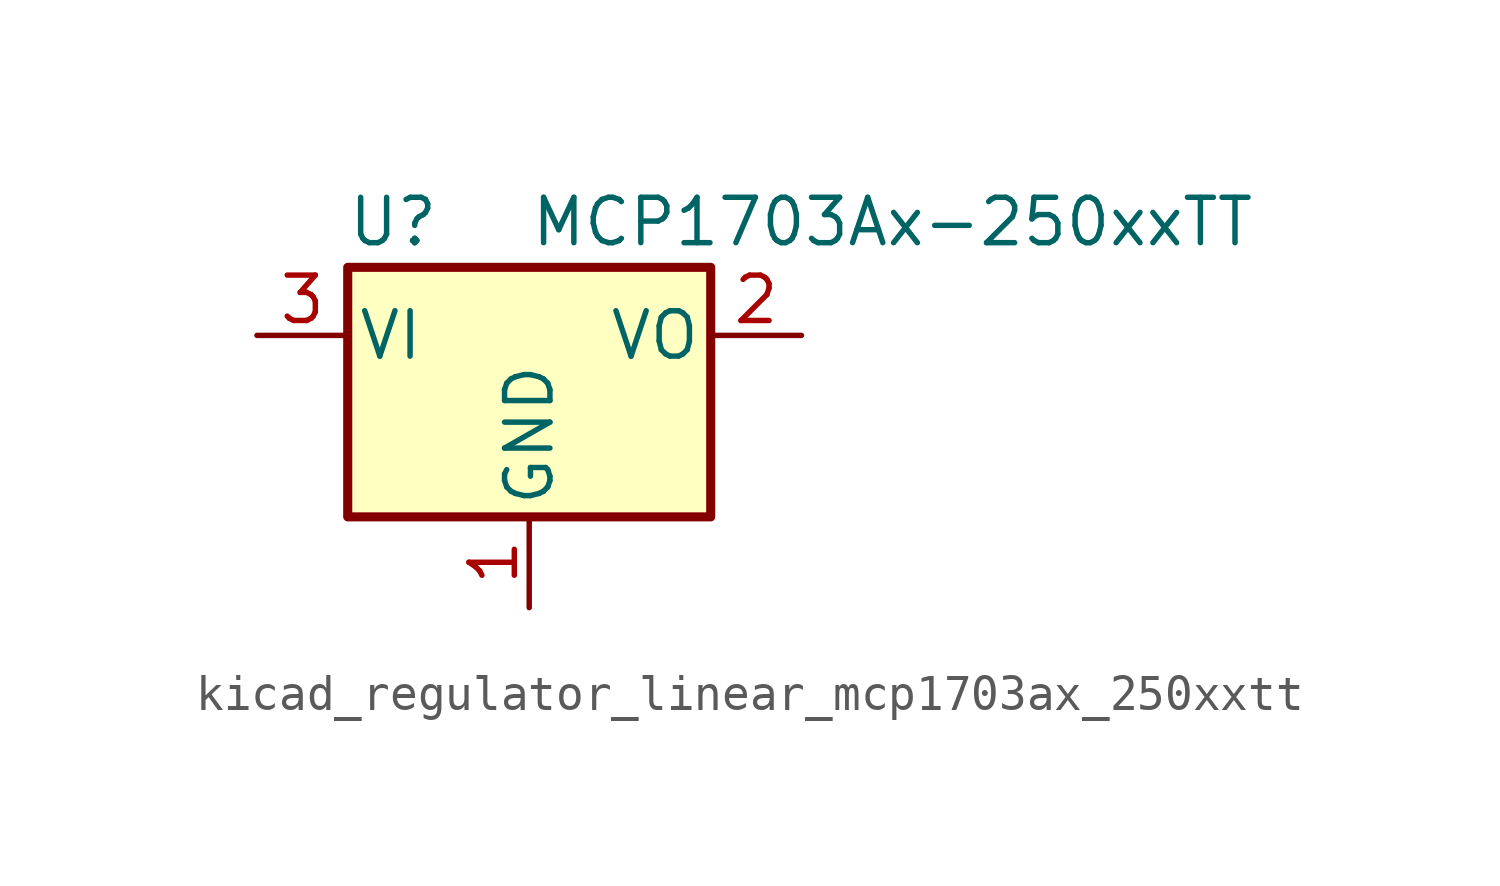
<source format=kicad_sym>
(kicad_symbol_lib
  (version 20220914)
  (generator kicad_symbol_editor)
  (symbol "kicad_regulator_linear_mcp1703ax_250xxtt"
    (pin_names
      (offset 0.254))
    (property "Reference" "U"
      (at -3.81 3.175 0)
      (effects (font (size 1.27 1.27))))
    (property "Value" "MCP1703Ax-250xxTT"
      (at 0 3.175 0)
      (effects (font (size 1.27 1.27)) (justify left)))
    (symbol "kicad_regulator_linear_mcp1703ax_250xxtt_0_1"
      (rectangle (start -5.08 -5.08) (end 5.08 1.905) (stroke (width 0.254) (type default)) (fill (type background))))
    (symbol "kicad_regulator_linear_mcp1703ax_250xxtt_1_1"
      (pin power_in line (at 0 -7.62 90) (length 2.54) (name "GND" (effects (font (size 1.27 1.27)))) (number "1" (effects (font (size 1.27 1.27)))))
      (pin power_out line (at 7.62 0 180) (length 2.54) (name "VO" (effects (font (size 1.27 1.27)))) (number "2" (effects (font (size 1.27 1.27)))))
      (pin power_in line (at -7.62 0 0) (length 2.54) (name "VI" (effects (font (size 1.27 1.27)))) (number "3" (effects (font (size 1.27 1.27))))))))
</source>
